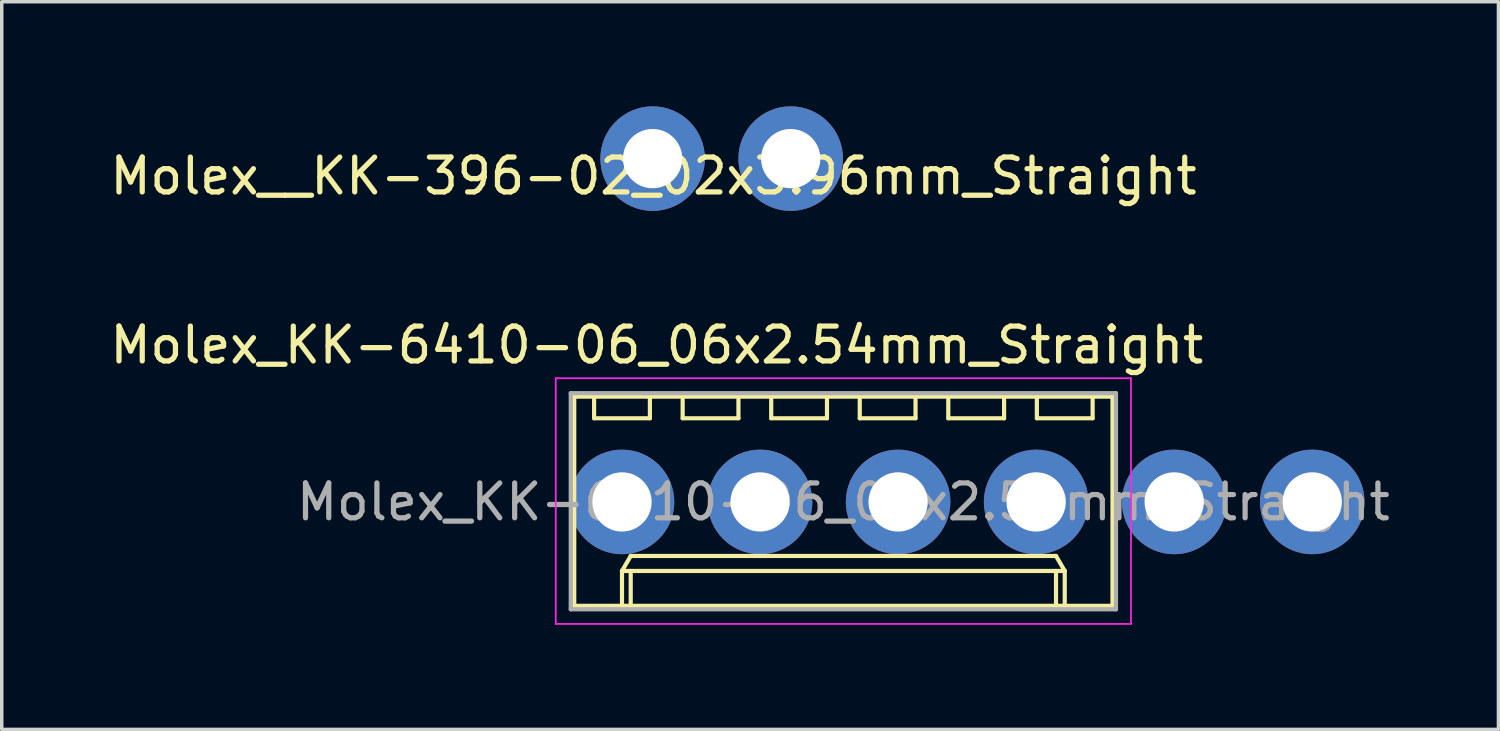
<source format=kicad_pcb>
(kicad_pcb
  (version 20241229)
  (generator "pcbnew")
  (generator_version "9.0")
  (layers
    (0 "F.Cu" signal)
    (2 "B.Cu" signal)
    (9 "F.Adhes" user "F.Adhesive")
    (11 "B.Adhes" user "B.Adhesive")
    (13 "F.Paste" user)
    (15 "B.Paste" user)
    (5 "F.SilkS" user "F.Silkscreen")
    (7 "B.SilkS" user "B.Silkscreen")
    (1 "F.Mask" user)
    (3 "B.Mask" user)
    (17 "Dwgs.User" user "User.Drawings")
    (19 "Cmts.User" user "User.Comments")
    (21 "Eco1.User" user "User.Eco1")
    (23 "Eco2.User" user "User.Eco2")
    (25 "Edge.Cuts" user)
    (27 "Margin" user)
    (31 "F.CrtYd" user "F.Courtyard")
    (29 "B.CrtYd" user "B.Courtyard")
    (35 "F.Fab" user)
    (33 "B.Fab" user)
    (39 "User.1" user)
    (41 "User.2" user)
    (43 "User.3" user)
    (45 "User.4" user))
  (footprint "Molex__KK-396-02_02x3.96mm_Straight"
    (layer "F.Cu")
    (at 15.696 1.5)
    (property "Reference" "Molex__KK-396-02_02x3.96mm_Straight" (at 0 0.5 0) (layer "F.SilkS") (effects (font (size 1 1) (thickness 0.15))))
    (attr through_hole)
    (pad "1" thru_hole circle (at -0.025 0) (size 3 3) (drill 1.7) (layers "*.Cu" "*.Mask"))
    (pad "2" thru_hole circle (at 3.935 0) (size 3 3) (drill 1.7) (layers "*.Cu" "*.Mask")))
  (footprint "Molex_KK-6410-06_06x2.54mm_Straight"
    (layer "F.Cu")
    (at 14.792 11.348)
    (property "Reference" "Molex_KK-6410-06_06x2.54mm_Straight" (at 1 -4.5 0) (layer "F.SilkS") (effects (font (size 1 1) (thickness 0.15))))
    (attr through_hole)
    (fp_line (start -1.37 -3.02) (end -1.37 2.98) (stroke (width 0.12) (type solid)) (layer "F.SilkS"))
    (fp_line (start -1.37 2.98) (end 14.07 2.98) (stroke (width 0.12) (type solid)) (layer "F.SilkS"))
    (fp_line (start -0.8 -3.02) (end -0.8 -2.4) (stroke (width 0.12) (type solid)) (layer "F.SilkS"))
    (fp_line (start -0.8 -2.4) (end 0.8 -2.4) (stroke (width 0.12) (type solid)) (layer "F.SilkS"))
    (fp_line (start 0 1.98) (end 0.25 1.55) (stroke (width 0.12) (type solid)) (layer "F.SilkS"))
    (fp_line (start 0 1.98) (end 12.7 1.98) (stroke (width 0.12) (type solid)) (layer "F.SilkS"))
    (fp_line (start 0 2.98) (end 0 1.98) (stroke (width 0.12) (type solid)) (layer "F.SilkS"))
    (fp_line (start 0.25 1.55) (end 12.45 1.55) (stroke (width 0.12) (type solid)) (layer "F.SilkS"))
    (fp_line (start 0.25 2.98) (end 0.25 1.98) (stroke (width 0.12) (type solid)) (layer "F.SilkS"))
    (fp_line (start 0.8 -2.4) (end 0.8 -3.02) (stroke (width 0.12) (type solid)) (layer "F.SilkS"))
    (fp_line (start 1.74 -3.02) (end 1.74 -2.4) (stroke (width 0.12) (type solid)) (layer "F.SilkS"))
    (fp_line (start 1.74 -2.4) (end 3.34 -2.4) (stroke (width 0.12) (type solid)) (layer "F.SilkS"))
    (fp_line (start 3.34 -2.4) (end 3.34 -3.02) (stroke (width 0.12) (type solid)) (layer "F.SilkS"))
    (fp_line (start 4.28 -3.02) (end 4.28 -2.4) (stroke (width 0.12) (type solid)) (layer "F.SilkS"))
    (fp_line (start 4.28 -2.4) (end 5.88 -2.4) (stroke (width 0.12) (type solid)) (layer "F.SilkS"))
    (fp_line (start 5.88 -2.4) (end 5.88 -3.02) (stroke (width 0.12) (type solid)) (layer "F.SilkS"))
    (fp_line (start 6.82 -3.02) (end 6.82 -2.4) (stroke (width 0.12) (type solid)) (layer "F.SilkS"))
    (fp_line (start 6.82 -2.4) (end 8.42 -2.4) (stroke (width 0.12) (type solid)) (layer "F.SilkS"))
    (fp_line (start 8.42 -2.4) (end 8.42 -3.02) (stroke (width 0.12) (type solid)) (layer "F.SilkS"))
    (fp_line (start 9.36 -3.02) (end 9.36 -2.4) (stroke (width 0.12) (type solid)) (layer "F.SilkS"))
    (fp_line (start 9.36 -2.4) (end 10.96 -2.4) (stroke (width 0.12) (type solid)) (layer "F.SilkS"))
    (fp_line (start 10.96 -2.4) (end 10.96 -3.02) (stroke (width 0.12) (type solid)) (layer "F.SilkS"))
    (fp_line (start 11.9 -3.02) (end 11.9 -2.4) (stroke (width 0.12) (type solid)) (layer "F.SilkS"))
    (fp_line (start 11.9 -2.4) (end 13.5 -2.4) (stroke (width 0.12) (type solid)) (layer "F.SilkS"))
    (fp_line (start 12.45 1.55) (end 12.7 1.98) (stroke (width 0.12) (type solid)) (layer "F.SilkS"))
    (fp_line (start 12.45 2.98) (end 12.45 1.98) (stroke (width 0.12) (type solid)) (layer "F.SilkS"))
    (fp_line (start 12.7 1.98) (end 12.7 2.98) (stroke (width 0.12) (type solid)) (layer "F.SilkS"))
    (fp_line (start 13.5 -2.4) (end 13.5 -3.02) (stroke (width 0.12) (type solid)) (layer "F.SilkS"))
    (fp_line (start 14.07 -3.02) (end -1.37 -3.02) (stroke (width 0.12) (type solid)) (layer "F.SilkS"))
    (fp_line (start 14.07 2.98) (end 14.07 -3.02) (stroke (width 0.12) (type solid)) (layer "F.SilkS"))
    (fp_line (start -1.9 -3.55) (end 14.6 -3.55) (stroke (width 0.05) (type solid)) (layer "F.CrtYd"))
    (fp_line (start -1.9 3.5) (end -1.9 -3.55) (stroke (width 0.05) (type solid)) (layer "F.CrtYd"))
    (fp_line (start 14.6 -3.55) (end 14.6 3.5) (stroke (width 0.05) (type solid)) (layer "F.CrtYd"))
    (fp_line (start 14.6 3.5) (end -1.9 3.5) (stroke (width 0.05) (type solid)) (layer "F.CrtYd"))
    (fp_line (start -1.47 -3.12) (end -1.47 3.08) (stroke (width 0.12) (type solid)) (layer "F.Fab"))
    (fp_line (start -1.47 3.08) (end 14.17 3.08) (stroke (width 0.12) (type solid)) (layer "F.Fab"))
    (fp_line (start 14.17 -3.12) (end -1.47 -3.12) (stroke (width 0.12) (type solid)) (layer "F.Fab"))
    (fp_line (start 14.17 3.08) (end 14.17 -3.12) (stroke (width 0.12) (type solid)) (layer "F.Fab"))
    (fp_text user "${REFERENCE}" (at 6.35 0 0) (layer "F.Fab") (effects (font (size 1 1) (thickness 0.15))))
    (pad "1" thru_hole circle (at 0 0) (size 3 3) (drill 1.7) (layers "*.Cu" "*.Mask"))
    (pad "2" thru_hole circle (at 3.96 0) (size 3 3) (drill 1.7) (layers "*.Cu" "*.Mask"))
    (pad "3" thru_hole circle (at 7.92 0) (size 3 3) (drill 1.7) (layers "*.Cu" "*.Mask"))
    (pad "4" thru_hole circle (at 11.88 0) (size 3 3) (drill 1.7) (layers "*.Cu" "*.Mask"))
    (pad "5" thru_hole circle (at 15.84 0) (size 3 3) (drill 1.7) (layers "*.Cu" "*.Mask"))
    (pad "6" thru_hole circle (at 19.8 0) (size 3 3) (drill 1.7) (layers "*.Cu" "*.Mask")))
  (gr_rect
    (start -3 -3)
    (end 39.933 17.873)
    (stroke (width 0.1) (type default))
    (fill no)
    (layer "Edge.Cuts")))
</source>
